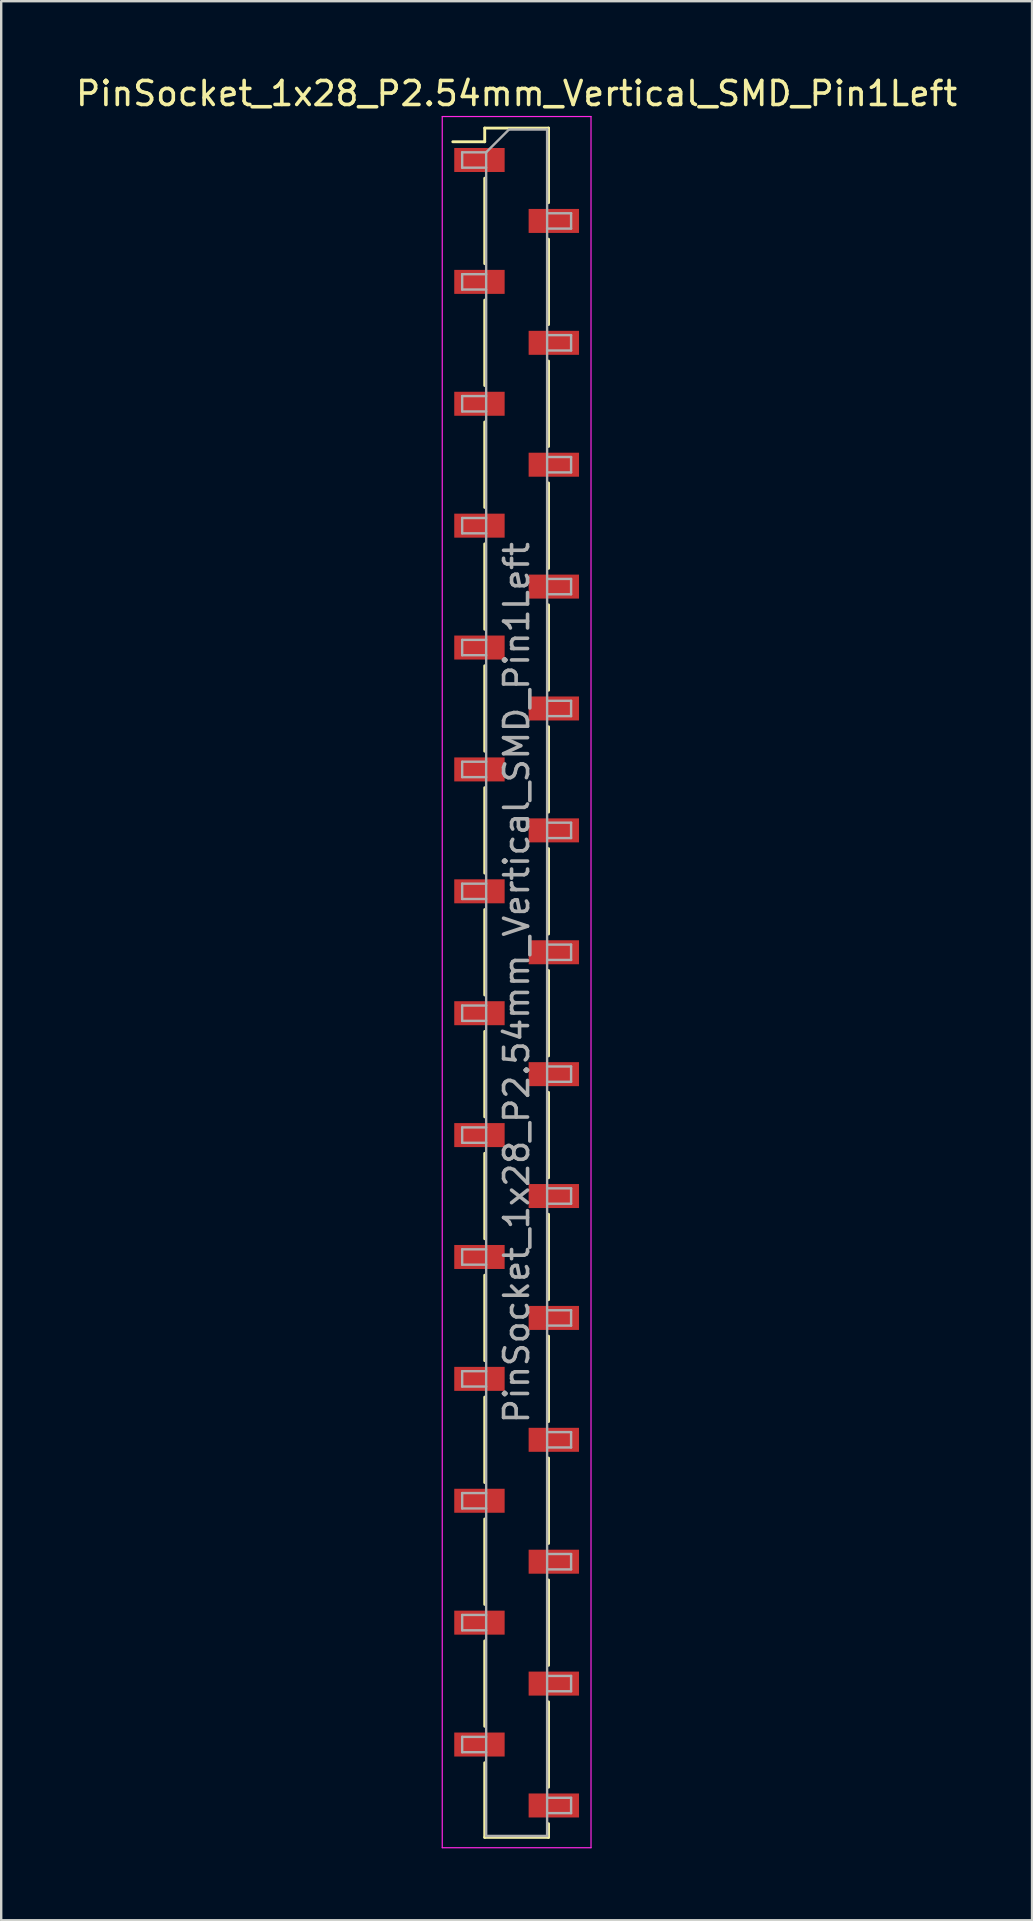
<source format=kicad_pcb>
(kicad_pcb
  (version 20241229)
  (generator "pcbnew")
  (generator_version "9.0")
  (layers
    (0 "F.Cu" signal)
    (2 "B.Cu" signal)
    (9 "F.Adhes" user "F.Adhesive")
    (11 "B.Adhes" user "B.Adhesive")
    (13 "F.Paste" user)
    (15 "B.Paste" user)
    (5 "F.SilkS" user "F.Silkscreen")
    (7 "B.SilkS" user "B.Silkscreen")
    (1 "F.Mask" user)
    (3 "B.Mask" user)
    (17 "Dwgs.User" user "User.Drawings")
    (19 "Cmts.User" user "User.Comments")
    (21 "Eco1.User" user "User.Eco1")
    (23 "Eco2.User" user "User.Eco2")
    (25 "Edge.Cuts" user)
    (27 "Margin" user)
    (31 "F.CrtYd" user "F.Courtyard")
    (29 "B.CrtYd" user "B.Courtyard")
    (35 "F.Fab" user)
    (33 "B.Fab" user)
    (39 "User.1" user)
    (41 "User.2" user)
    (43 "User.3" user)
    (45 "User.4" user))
  (footprint "PinSocket_1x28_P2.54mm_Vertical_SMD_Pin1Left"
    (layer "F.Cu")
    (at 18.482 37.908)
    (property "Reference" "PinSocket_1x28_P2.54mm_Vertical_SMD_Pin1Left" (at 0 -37.06 0) (layer "F.SilkS") (effects (font (size 1 1) (thickness 0.15))))
    (attr smd)
    (fp_line (start -2.66 -35.05) (end -1.33 -35.05) (stroke (width 0.12) (type solid)) (layer "F.SilkS"))
    (fp_line (start -1.33 -35.62) (end 1.33 -35.62) (stroke (width 0.12) (type solid)) (layer "F.SilkS"))
    (fp_line (start -1.33 -35.05) (end -1.33 -35.62) (stroke (width 0.12) (type solid)) (layer "F.SilkS"))
    (fp_line (start -1.33 -33.53) (end -1.33 -29.97) (stroke (width 0.12) (type solid)) (layer "F.SilkS"))
    (fp_line (start -1.33 -28.45) (end -1.33 -24.89) (stroke (width 0.12) (type solid)) (layer "F.SilkS"))
    (fp_line (start -1.33 -23.37) (end -1.33 -19.81) (stroke (width 0.12) (type solid)) (layer "F.SilkS"))
    (fp_line (start -1.33 -18.29) (end -1.33 -14.73) (stroke (width 0.12) (type solid)) (layer "F.SilkS"))
    (fp_line (start -1.33 -13.21) (end -1.33 -9.65) (stroke (width 0.12) (type solid)) (layer "F.SilkS"))
    (fp_line (start -1.33 -8.13) (end -1.33 -4.57) (stroke (width 0.12) (type solid)) (layer "F.SilkS"))
    (fp_line (start -1.33 -3.05) (end -1.33 0.51) (stroke (width 0.12) (type solid)) (layer "F.SilkS"))
    (fp_line (start -1.33 2.03) (end -1.33 5.59) (stroke (width 0.12) (type solid)) (layer "F.SilkS"))
    (fp_line (start -1.33 7.11) (end -1.33 10.67) (stroke (width 0.12) (type solid)) (layer "F.SilkS"))
    (fp_line (start -1.33 12.19) (end -1.33 15.75) (stroke (width 0.12) (type solid)) (layer "F.SilkS"))
    (fp_line (start -1.33 17.27) (end -1.33 20.83) (stroke (width 0.12) (type solid)) (layer "F.SilkS"))
    (fp_line (start -1.33 22.35) (end -1.33 25.91) (stroke (width 0.12) (type solid)) (layer "F.SilkS"))
    (fp_line (start -1.33 27.43) (end -1.33 30.99) (stroke (width 0.12) (type solid)) (layer "F.SilkS"))
    (fp_line (start -1.33 32.51) (end -1.33 35.62) (stroke (width 0.12) (type solid)) (layer "F.SilkS"))
    (fp_line (start 1.33 -35.62) (end 1.33 -32.51) (stroke (width 0.12) (type solid)) (layer "F.SilkS"))
    (fp_line (start 1.33 -30.99) (end 1.33 -27.43) (stroke (width 0.12) (type solid)) (layer "F.SilkS"))
    (fp_line (start 1.33 -25.91) (end 1.33 -22.35) (stroke (width 0.12) (type solid)) (layer "F.SilkS"))
    (fp_line (start 1.33 -20.83) (end 1.33 -17.27) (stroke (width 0.12) (type solid)) (layer "F.SilkS"))
    (fp_line (start 1.33 -15.75) (end 1.33 -12.19) (stroke (width 0.12) (type solid)) (layer "F.SilkS"))
    (fp_line (start 1.33 -10.67) (end 1.33 -7.11) (stroke (width 0.12) (type solid)) (layer "F.SilkS"))
    (fp_line (start 1.33 -5.59) (end 1.33 -2.03) (stroke (width 0.12) (type solid)) (layer "F.SilkS"))
    (fp_line (start 1.33 -0.51) (end 1.33 3.05) (stroke (width 0.12) (type solid)) (layer "F.SilkS"))
    (fp_line (start 1.33 4.57) (end 1.33 8.13) (stroke (width 0.12) (type solid)) (layer "F.SilkS"))
    (fp_line (start 1.33 9.65) (end 1.33 13.21) (stroke (width 0.12) (type solid)) (layer "F.SilkS"))
    (fp_line (start 1.33 14.73) (end 1.33 18.29) (stroke (width 0.12) (type solid)) (layer "F.SilkS"))
    (fp_line (start 1.33 19.81) (end 1.33 23.37) (stroke (width 0.12) (type solid)) (layer "F.SilkS"))
    (fp_line (start 1.33 24.89) (end 1.33 28.45) (stroke (width 0.12) (type solid)) (layer "F.SilkS"))
    (fp_line (start 1.33 29.97) (end 1.33 33.53) (stroke (width 0.12) (type solid)) (layer "F.SilkS"))
    (fp_line (start 1.33 35.05) (end 1.33 35.62) (stroke (width 0.12) (type solid)) (layer "F.SilkS"))
    (fp_line (start 1.33 35.62) (end -1.33 35.62) (stroke (width 0.12) (type solid)) (layer "F.SilkS"))
    (fp_line (start -3.1 -36.1) (end 3.1 -36.1) (stroke (width 0.05) (type solid)) (layer "F.CrtYd"))
    (fp_line (start -3.1 36.05) (end -3.1 -36.1) (stroke (width 0.05) (type solid)) (layer "F.CrtYd"))
    (fp_line (start 3.1 -36.1) (end 3.1 36.05) (stroke (width 0.05) (type solid)) (layer "F.CrtYd"))
    (fp_line (start 3.1 36.05) (end -3.1 36.05) (stroke (width 0.05) (type solid)) (layer "F.CrtYd"))
    (fp_line (start -2.27 -34.61) (end -1.27 -34.61) (stroke (width 0.1) (type solid)) (layer "F.Fab"))
    (fp_line (start -2.27 -33.97) (end -2.27 -34.61) (stroke (width 0.1) (type solid)) (layer "F.Fab"))
    (fp_line (start -2.27 -29.53) (end -1.27 -29.53) (stroke (width 0.1) (type solid)) (layer "F.Fab"))
    (fp_line (start -2.27 -28.89) (end -2.27 -29.53) (stroke (width 0.1) (type solid)) (layer "F.Fab"))
    (fp_line (start -2.27 -24.45) (end -1.27 -24.45) (stroke (width 0.1) (type solid)) (layer "F.Fab"))
    (fp_line (start -2.27 -23.81) (end -2.27 -24.45) (stroke (width 0.1) (type solid)) (layer "F.Fab"))
    (fp_line (start -2.27 -19.37) (end -1.27 -19.37) (stroke (width 0.1) (type solid)) (layer "F.Fab"))
    (fp_line (start -2.27 -18.73) (end -2.27 -19.37) (stroke (width 0.1) (type solid)) (layer "F.Fab"))
    (fp_line (start -2.27 -14.29) (end -1.27 -14.29) (stroke (width 0.1) (type solid)) (layer "F.Fab"))
    (fp_line (start -2.27 -13.65) (end -2.27 -14.29) (stroke (width 0.1) (type solid)) (layer "F.Fab"))
    (fp_line (start -2.27 -9.21) (end -1.27 -9.21) (stroke (width 0.1) (type solid)) (layer "F.Fab"))
    (fp_line (start -2.27 -8.57) (end -2.27 -9.21) (stroke (width 0.1) (type solid)) (layer "F.Fab"))
    (fp_line (start -2.27 -4.13) (end -1.27 -4.13) (stroke (width 0.1) (type solid)) (layer "F.Fab"))
    (fp_line (start -2.27 -3.49) (end -2.27 -4.13) (stroke (width 0.1) (type solid)) (layer "F.Fab"))
    (fp_line (start -2.27 0.95) (end -1.27 0.95) (stroke (width 0.1) (type solid)) (layer "F.Fab"))
    (fp_line (start -2.27 1.59) (end -2.27 0.95) (stroke (width 0.1) (type solid)) (layer "F.Fab"))
    (fp_line (start -2.27 6.03) (end -1.27 6.03) (stroke (width 0.1) (type solid)) (layer "F.Fab"))
    (fp_line (start -2.27 6.67) (end -2.27 6.03) (stroke (width 0.1) (type solid)) (layer "F.Fab"))
    (fp_line (start -2.27 11.11) (end -1.27 11.11) (stroke (width 0.1) (type solid)) (layer "F.Fab"))
    (fp_line (start -2.27 11.75) (end -2.27 11.11) (stroke (width 0.1) (type solid)) (layer "F.Fab"))
    (fp_line (start -2.27 16.19) (end -1.27 16.19) (stroke (width 0.1) (type solid)) (layer "F.Fab"))
    (fp_line (start -2.27 16.83) (end -2.27 16.19) (stroke (width 0.1) (type solid)) (layer "F.Fab"))
    (fp_line (start -2.27 21.27) (end -1.27 21.27) (stroke (width 0.1) (type solid)) (layer "F.Fab"))
    (fp_line (start -2.27 21.91) (end -2.27 21.27) (stroke (width 0.1) (type solid)) (layer "F.Fab"))
    (fp_line (start -2.27 26.35) (end -1.27 26.35) (stroke (width 0.1) (type solid)) (layer "F.Fab"))
    (fp_line (start -2.27 26.99) (end -2.27 26.35) (stroke (width 0.1) (type solid)) (layer "F.Fab"))
    (fp_line (start -2.27 31.43) (end -1.27 31.43) (stroke (width 0.1) (type solid)) (layer "F.Fab"))
    (fp_line (start -2.27 32.07) (end -2.27 31.43) (stroke (width 0.1) (type solid)) (layer "F.Fab"))
    (fp_line (start -1.27 -34.61) (end -0.32 -35.56) (stroke (width 0.1) (type solid)) (layer "F.Fab"))
    (fp_line (start -1.27 -33.97) (end -2.27 -33.97) (stroke (width 0.1) (type solid)) (layer "F.Fab"))
    (fp_line (start -1.27 -28.89) (end -2.27 -28.89) (stroke (width 0.1) (type solid)) (layer "F.Fab"))
    (fp_line (start -1.27 -23.81) (end -2.27 -23.81) (stroke (width 0.1) (type solid)) (layer "F.Fab"))
    (fp_line (start -1.27 -18.73) (end -2.27 -18.73) (stroke (width 0.1) (type solid)) (layer "F.Fab"))
    (fp_line (start -1.27 -13.65) (end -2.27 -13.65) (stroke (width 0.1) (type solid)) (layer "F.Fab"))
    (fp_line (start -1.27 -8.57) (end -2.27 -8.57) (stroke (width 0.1) (type solid)) (layer "F.Fab"))
    (fp_line (start -1.27 -3.49) (end -2.27 -3.49) (stroke (width 0.1) (type solid)) (layer "F.Fab"))
    (fp_line (start -1.27 1.59) (end -2.27 1.59) (stroke (width 0.1) (type solid)) (layer "F.Fab"))
    (fp_line (start -1.27 6.67) (end -2.27 6.67) (stroke (width 0.1) (type solid)) (layer "F.Fab"))
    (fp_line (start -1.27 11.75) (end -2.27 11.75) (stroke (width 0.1) (type solid)) (layer "F.Fab"))
    (fp_line (start -1.27 16.83) (end -2.27 16.83) (stroke (width 0.1) (type solid)) (layer "F.Fab"))
    (fp_line (start -1.27 21.91) (end -2.27 21.91) (stroke (width 0.1) (type solid)) (layer "F.Fab"))
    (fp_line (start -1.27 26.99) (end -2.27 26.99) (stroke (width 0.1) (type solid)) (layer "F.Fab"))
    (fp_line (start -1.27 32.07) (end -2.27 32.07) (stroke (width 0.1) (type solid)) (layer "F.Fab"))
    (fp_line (start -1.27 35.56) (end -1.27 -34.61) (stroke (width 0.1) (type solid)) (layer "F.Fab"))
    (fp_line (start -0.32 -35.56) (end 1.27 -35.56) (stroke (width 0.1) (type solid)) (layer "F.Fab"))
    (fp_line (start 1.27 -35.56) (end 1.27 35.56) (stroke (width 0.1) (type solid)) (layer "F.Fab"))
    (fp_line (start 1.27 -32.07) (end 2.27 -32.07) (stroke (width 0.1) (type solid)) (layer "F.Fab"))
    (fp_line (start 1.27 -26.99) (end 2.27 -26.99) (stroke (width 0.1) (type solid)) (layer "F.Fab"))
    (fp_line (start 1.27 -21.91) (end 2.27 -21.91) (stroke (width 0.1) (type solid)) (layer "F.Fab"))
    (fp_line (start 1.27 -16.83) (end 2.27 -16.83) (stroke (width 0.1) (type solid)) (layer "F.Fab"))
    (fp_line (start 1.27 -11.75) (end 2.27 -11.75) (stroke (width 0.1) (type solid)) (layer "F.Fab"))
    (fp_line (start 1.27 -6.67) (end 2.27 -6.67) (stroke (width 0.1) (type solid)) (layer "F.Fab"))
    (fp_line (start 1.27 -1.59) (end 2.27 -1.59) (stroke (width 0.1) (type solid)) (layer "F.Fab"))
    (fp_line (start 1.27 3.49) (end 2.27 3.49) (stroke (width 0.1) (type solid)) (layer "F.Fab"))
    (fp_line (start 1.27 8.57) (end 2.27 8.57) (stroke (width 0.1) (type solid)) (layer "F.Fab"))
    (fp_line (start 1.27 13.65) (end 2.27 13.65) (stroke (width 0.1) (type solid)) (layer "F.Fab"))
    (fp_line (start 1.27 18.73) (end 2.27 18.73) (stroke (width 0.1) (type solid)) (layer "F.Fab"))
    (fp_line (start 1.27 23.81) (end 2.27 23.81) (stroke (width 0.1) (type solid)) (layer "F.Fab"))
    (fp_line (start 1.27 28.89) (end 2.27 28.89) (stroke (width 0.1) (type solid)) (layer "F.Fab"))
    (fp_line (start 1.27 33.97) (end 2.27 33.97) (stroke (width 0.1) (type solid)) (layer "F.Fab"))
    (fp_line (start 1.27 35.56) (end -1.27 35.56) (stroke (width 0.1) (type solid)) (layer "F.Fab"))
    (fp_line (start 2.27 -32.07) (end 2.27 -31.43) (stroke (width 0.1) (type solid)) (layer "F.Fab"))
    (fp_line (start 2.27 -31.43) (end 1.27 -31.43) (stroke (width 0.1) (type solid)) (layer "F.Fab"))
    (fp_line (start 2.27 -26.99) (end 2.27 -26.35) (stroke (width 0.1) (type solid)) (layer "F.Fab"))
    (fp_line (start 2.27 -26.35) (end 1.27 -26.35) (stroke (width 0.1) (type solid)) (layer "F.Fab"))
    (fp_line (start 2.27 -21.91) (end 2.27 -21.27) (stroke (width 0.1) (type solid)) (layer "F.Fab"))
    (fp_line (start 2.27 -21.27) (end 1.27 -21.27) (stroke (width 0.1) (type solid)) (layer "F.Fab"))
    (fp_line (start 2.27 -16.83) (end 2.27 -16.19) (stroke (width 0.1) (type solid)) (layer "F.Fab"))
    (fp_line (start 2.27 -16.19) (end 1.27 -16.19) (stroke (width 0.1) (type solid)) (layer "F.Fab"))
    (fp_line (start 2.27 -11.75) (end 2.27 -11.11) (stroke (width 0.1) (type solid)) (layer "F.Fab"))
    (fp_line (start 2.27 -11.11) (end 1.27 -11.11) (stroke (width 0.1) (type solid)) (layer "F.Fab"))
    (fp_line (start 2.27 -6.67) (end 2.27 -6.03) (stroke (width 0.1) (type solid)) (layer "F.Fab"))
    (fp_line (start 2.27 -6.03) (end 1.27 -6.03) (stroke (width 0.1) (type solid)) (layer "F.Fab"))
    (fp_line (start 2.27 -1.59) (end 2.27 -0.95) (stroke (width 0.1) (type solid)) (layer "F.Fab"))
    (fp_line (start 2.27 -0.95) (end 1.27 -0.95) (stroke (width 0.1) (type solid)) (layer "F.Fab"))
    (fp_line (start 2.27 3.49) (end 2.27 4.13) (stroke (width 0.1) (type solid)) (layer "F.Fab"))
    (fp_line (start 2.27 4.13) (end 1.27 4.13) (stroke (width 0.1) (type solid)) (layer "F.Fab"))
    (fp_line (start 2.27 8.57) (end 2.27 9.21) (stroke (width 0.1) (type solid)) (layer "F.Fab"))
    (fp_line (start 2.27 9.21) (end 1.27 9.21) (stroke (width 0.1) (type solid)) (layer "F.Fab"))
    (fp_line (start 2.27 13.65) (end 2.27 14.29) (stroke (width 0.1) (type solid)) (layer "F.Fab"))
    (fp_line (start 2.27 14.29) (end 1.27 14.29) (stroke (width 0.1) (type solid)) (layer "F.Fab"))
    (fp_line (start 2.27 18.73) (end 2.27 19.37) (stroke (width 0.1) (type solid)) (layer "F.Fab"))
    (fp_line (start 2.27 19.37) (end 1.27 19.37) (stroke (width 0.1) (type solid)) (layer "F.Fab"))
    (fp_line (start 2.27 23.81) (end 2.27 24.45) (stroke (width 0.1) (type solid)) (layer "F.Fab"))
    (fp_line (start 2.27 24.45) (end 1.27 24.45) (stroke (width 0.1) (type solid)) (layer "F.Fab"))
    (fp_line (start 2.27 28.89) (end 2.27 29.53) (stroke (width 0.1) (type solid)) (layer "F.Fab"))
    (fp_line (start 2.27 29.53) (end 1.27 29.53) (stroke (width 0.1) (type solid)) (layer "F.Fab"))
    (fp_line (start 2.27 33.97) (end 2.27 34.61) (stroke (width 0.1) (type solid)) (layer "F.Fab"))
    (fp_line (start 2.27 34.61) (end 1.27 34.61) (stroke (width 0.1) (type solid)) (layer "F.Fab"))
    (fp_text user "${REFERENCE}" (at 0 0 90) (layer "F.Fab") (effects (font (size 1 1) (thickness 0.15))))
    (pad "1" smd rect (at -1.55 -34.29) (size 2.1 1) (layers "F.Cu" "F.Mask" "F.Paste"))
    (pad "2" smd rect (at 1.55 -31.75) (size 2.1 1) (layers "F.Cu" "F.Mask" "F.Paste"))
    (pad "3" smd rect (at -1.55 -29.21) (size 2.1 1) (layers "F.Cu" "F.Mask" "F.Paste"))
    (pad "4" smd rect (at 1.55 -26.67) (size 2.1 1) (layers "F.Cu" "F.Mask" "F.Paste"))
    (pad "5" smd rect (at -1.55 -24.13) (size 2.1 1) (layers "F.Cu" "F.Mask" "F.Paste"))
    (pad "6" smd rect (at 1.55 -21.59) (size 2.1 1) (layers "F.Cu" "F.Mask" "F.Paste"))
    (pad "7" smd rect (at -1.55 -19.05) (size 2.1 1) (layers "F.Cu" "F.Mask" "F.Paste"))
    (pad "8" smd rect (at 1.55 -16.51) (size 2.1 1) (layers "F.Cu" "F.Mask" "F.Paste"))
    (pad "9" smd rect (at -1.55 -13.97) (size 2.1 1) (layers "F.Cu" "F.Mask" "F.Paste"))
    (pad "10" smd rect (at 1.55 -11.43) (size 2.1 1) (layers "F.Cu" "F.Mask" "F.Paste"))
    (pad "11" smd rect (at -1.55 -8.89) (size 2.1 1) (layers "F.Cu" "F.Mask" "F.Paste"))
    (pad "12" smd rect (at 1.55 -6.35) (size 2.1 1) (layers "F.Cu" "F.Mask" "F.Paste"))
    (pad "13" smd rect (at -1.55 -3.81) (size 2.1 1) (layers "F.Cu" "F.Mask" "F.Paste"))
    (pad "14" smd rect (at 1.55 -1.27) (size 2.1 1) (layers "F.Cu" "F.Mask" "F.Paste"))
    (pad "15" smd rect (at -1.55 1.27) (size 2.1 1) (layers "F.Cu" "F.Mask" "F.Paste"))
    (pad "16" smd rect (at 1.55 3.81) (size 2.1 1) (layers "F.Cu" "F.Mask" "F.Paste"))
    (pad "17" smd rect (at -1.55 6.35) (size 2.1 1) (layers "F.Cu" "F.Mask" "F.Paste"))
    (pad "18" smd rect (at 1.55 8.89) (size 2.1 1) (layers "F.Cu" "F.Mask" "F.Paste"))
    (pad "19" smd rect (at -1.55 11.43) (size 2.1 1) (layers "F.Cu" "F.Mask" "F.Paste"))
    (pad "20" smd rect (at 1.55 13.97) (size 2.1 1) (layers "F.Cu" "F.Mask" "F.Paste"))
    (pad "21" smd rect (at -1.55 16.51) (size 2.1 1) (layers "F.Cu" "F.Mask" "F.Paste"))
    (pad "22" smd rect (at 1.55 19.05) (size 2.1 1) (layers "F.Cu" "F.Mask" "F.Paste"))
    (pad "23" smd rect (at -1.55 21.59) (size 2.1 1) (layers "F.Cu" "F.Mask" "F.Paste"))
    (pad "24" smd rect (at 1.55 24.13) (size 2.1 1) (layers "F.Cu" "F.Mask" "F.Paste"))
    (pad "25" smd rect (at -1.55 26.67) (size 2.1 1) (layers "F.Cu" "F.Mask" "F.Paste"))
    (pad "26" smd rect (at 1.55 29.21) (size 2.1 1) (layers "F.Cu" "F.Mask" "F.Paste"))
    (pad "27" smd rect (at -1.55 31.75) (size 2.1 1) (layers "F.Cu" "F.Mask" "F.Paste"))
    (pad "28" smd rect (at 1.55 34.29) (size 2.1 1) (layers "F.Cu" "F.Mask" "F.Paste")))
  (gr_rect
    (start -3 -3)
    (end 39.964 76.983)
    (stroke (width 0.1) (type default))
    (fill no)
    (layer "Edge.Cuts")))
</source>
